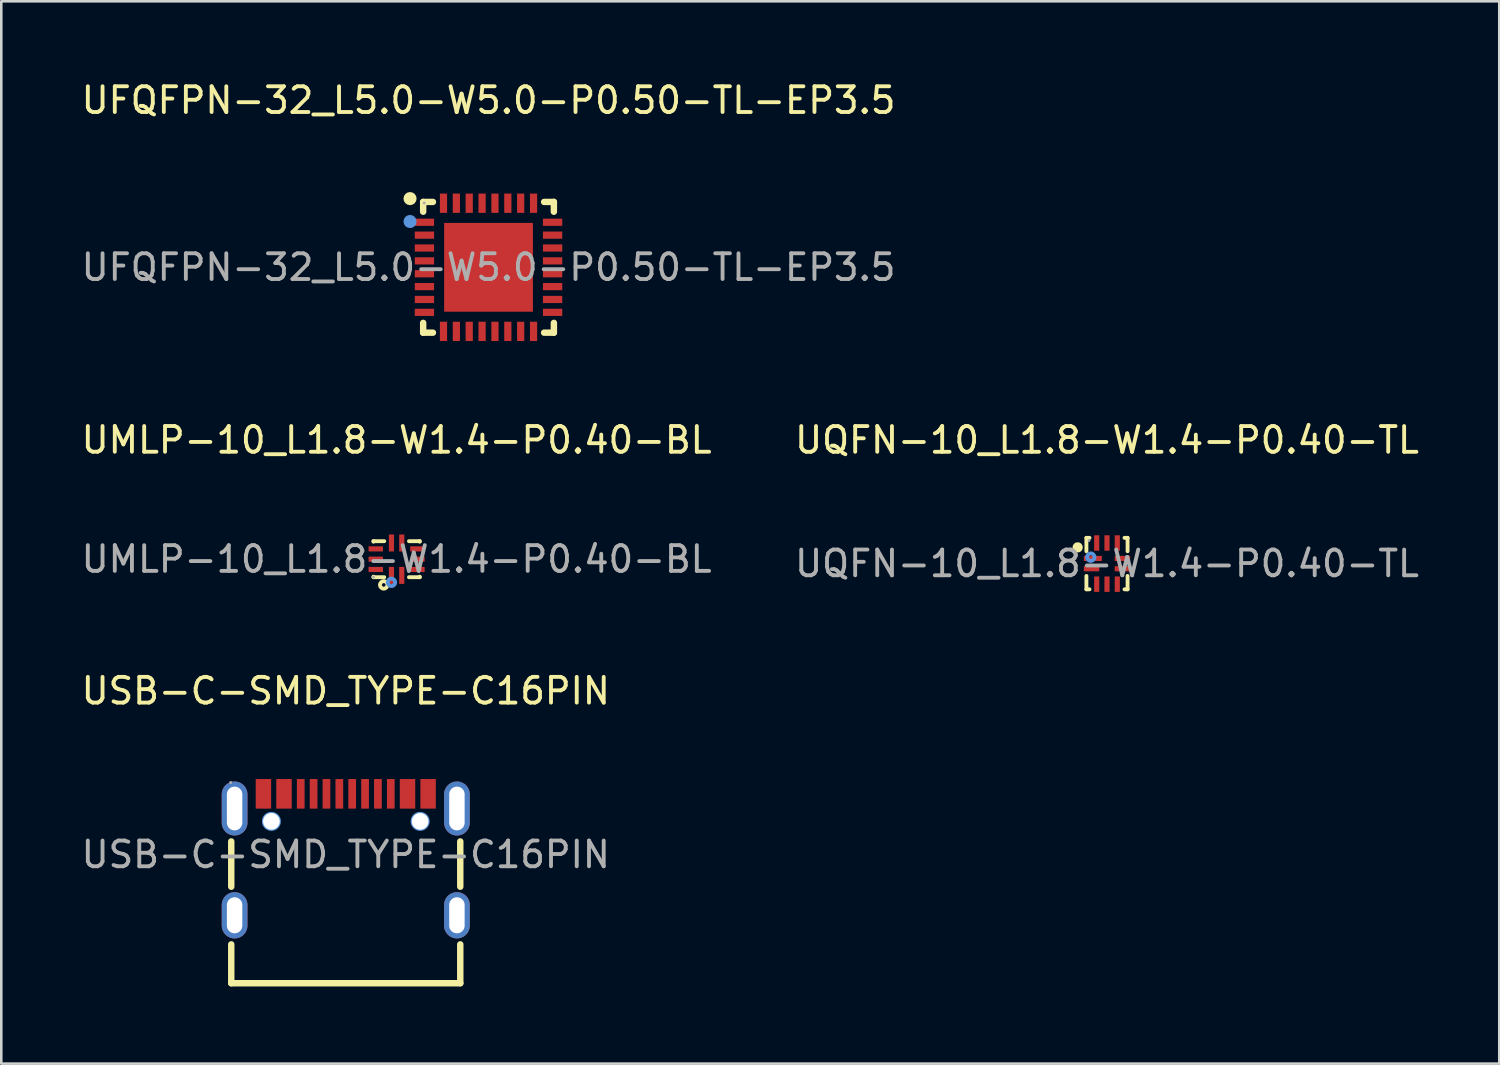
<source format=kicad_pcb>
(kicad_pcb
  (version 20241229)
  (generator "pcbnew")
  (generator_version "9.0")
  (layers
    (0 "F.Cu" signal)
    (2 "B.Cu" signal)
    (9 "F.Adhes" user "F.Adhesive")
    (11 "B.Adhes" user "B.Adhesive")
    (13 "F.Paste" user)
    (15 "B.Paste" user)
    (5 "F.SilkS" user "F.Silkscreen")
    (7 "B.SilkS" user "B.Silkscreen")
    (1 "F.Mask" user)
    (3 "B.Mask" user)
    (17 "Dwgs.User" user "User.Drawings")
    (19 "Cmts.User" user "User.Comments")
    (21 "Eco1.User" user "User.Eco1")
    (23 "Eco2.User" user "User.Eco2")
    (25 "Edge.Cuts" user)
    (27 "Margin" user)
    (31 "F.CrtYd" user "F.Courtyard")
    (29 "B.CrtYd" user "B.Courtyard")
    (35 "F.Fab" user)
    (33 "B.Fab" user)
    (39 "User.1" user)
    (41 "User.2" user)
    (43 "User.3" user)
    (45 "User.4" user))
  (footprint "UMLP-10_L1.8-W1.4-P0.40-BL"
    (layer "F.Cu")
    (at 12.363 18.681)
    (property "Reference" "UMLP-10_L1.8-W1.4-P0.40-BL" (at 0 -4.63 0) (layer "F.SilkS") (effects (font (size 1 1) (thickness 0.15))))
    (attr smd)
    (fp_line (start -0.9 -0.7) (end -0.9 -0.68) (stroke (width 0.15) (type solid)) (layer "F.SilkS"))
    (fp_line (start -0.9 0.68) (end -0.9 0.7) (stroke (width 0.15) (type solid)) (layer "F.SilkS"))
    (fp_line (start -0.9 0.7) (end -0.48 0.7) (stroke (width 0.15) (type solid)) (layer "F.SilkS"))
    (fp_line (start -0.48 -0.7) (end -0.9 -0.7) (stroke (width 0.15) (type solid)) (layer "F.SilkS"))
    (fp_line (start 0.48 0.7) (end 0.9 0.7) (stroke (width 0.15) (type solid)) (layer "F.SilkS"))
    (fp_line (start 0.9 -0.7) (end 0.48 -0.7) (stroke (width 0.15) (type solid)) (layer "F.SilkS"))
    (fp_line (start 0.9 -0.68) (end 0.9 -0.7) (stroke (width 0.15) (type solid)) (layer "F.SilkS"))
    (fp_line (start 0.9 0.7) (end 0.9 0.68) (stroke (width 0.15) (type solid)) (layer "F.SilkS"))
    (fp_circle (center -0.5 1) (end -0.43 1) (stroke (width 0.15) (type solid)) (fill no) (layer "F.SilkS"))
    (fp_circle (center -0.2 0.9) (end -0.13 0.9) (stroke (width 0.15) (type solid)) (fill no) (layer "Cmts.User"))
    (fp_circle (center -0.9 0.7) (end -0.87 0.7) (stroke (width 0.06) (type solid)) (fill no) (layer "F.Fab"))
    (fp_text user "${REFERENCE}" (at 0 0 0) (layer "F.Fab") (effects (font (size 1 1) (thickness 0.15))))
    (pad "1" smd rect (at -0.2 0.63) (size 0.2 0.66) (layers "F.Cu" "F.Mask" "F.Paste"))
    (pad "2" smd rect (at 0.2 0.63) (size 0.2 0.66) (layers "F.Cu" "F.Mask" "F.Paste"))
    (pad "3" smd rect (at 0.81 0.4) (size 0.56 0.2) (layers "F.Cu" "F.Mask" "F.Paste"))
    (pad "4" smd rect (at 0.81 0) (size 0.56 0.2) (layers "F.Cu" "F.Mask" "F.Paste"))
    (pad "5" smd rect (at 0.81 -0.4) (size 0.56 0.2) (layers "F.Cu" "F.Mask" "F.Paste"))
    (pad "6" smd rect (at 0.2 -0.63) (size 0.2 0.66) (layers "F.Cu" "F.Mask" "F.Paste"))
    (pad "7" smd rect (at -0.2 -0.63) (size 0.2 0.66) (layers "F.Cu" "F.Mask" "F.Paste"))
    (pad "8" smd rect (at -0.81 -0.4) (size 0.56 0.2) (layers "F.Cu" "F.Mask" "F.Paste"))
    (pad "9" smd rect (at -0.81 0) (size 0.56 0.2) (layers "F.Cu" "F.Mask" "F.Paste"))
    (pad "10" smd rect (at -0.81 0.4) (size 0.56 0.2) (layers "F.Cu" "F.Mask" "F.Paste")))
  (footprint "UQFN-10_L1.8-W1.4-P0.40-TL"
    (layer "F.Cu")
    (at 39.97 18.852)
    (property "Reference" "UQFN-10_L1.8-W1.4-P0.40-TL" (at 0 -4.8 0) (layer "F.SilkS") (effects (font (size 1 1) (thickness 0.15))))
    (attr smd)
    (fp_line (start -0.8 -1) (end -0.68 -1) (stroke (width 0.15) (type solid)) (layer "F.SilkS"))
    (fp_line (start -0.8 -0.48) (end -0.8 -1) (stroke (width 0.15) (type solid)) (layer "F.SilkS"))
    (fp_line (start -0.8 1) (end -0.8 0.48) (stroke (width 0.15) (type solid)) (layer "F.SilkS"))
    (fp_line (start -0.68 1) (end -0.8 1) (stroke (width 0.15) (type solid)) (layer "F.SilkS"))
    (fp_line (start 0.68 -1) (end 0.8 -1) (stroke (width 0.15) (type solid)) (layer "F.SilkS"))
    (fp_line (start 0.8 -1) (end 0.8 -0.48) (stroke (width 0.15) (type solid)) (layer "F.SilkS"))
    (fp_line (start 0.8 0.48) (end 0.8 1) (stroke (width 0.15) (type solid)) (layer "F.SilkS"))
    (fp_line (start 0.8 1) (end 0.68 1) (stroke (width 0.15) (type solid)) (layer "F.SilkS"))
    (fp_circle (center -1.14 -0.63) (end -1.04 -0.63) (stroke (width 0.2) (type solid)) (fill no) (layer "F.SilkS"))
    (fp_circle (center -0.63 -0.25) (end -0.56 -0.25) (stroke (width 0.15) (type solid)) (fill no) (layer "Cmts.User"))
    (fp_circle (center -0.7 -0.9) (end -0.67 -0.9) (stroke (width 0.06) (type solid)) (fill no) (layer "F.Fab"))
    (fp_text user "${REFERENCE}" (at 0 0 0) (layer "F.Fab") (effects (font (size 1 1) (thickness 0.15))))
    (pad "1" smd rect (at -0.55 -0.2) (size 0.7 0.2) (layers "F.Cu" "F.Mask" "F.Paste"))
    (pad "2" smd rect (at -0.6 0.2) (size 0.6 0.2) (layers "F.Cu" "F.Mask" "F.Paste"))
    (pad "3" smd rect (at -0.4 0.8) (size 0.2 0.6) (layers "F.Cu" "F.Mask" "F.Paste"))
    (pad "4" smd rect (at 0 0.8) (size 0.2 0.6) (layers "F.Cu" "F.Mask" "F.Paste"))
    (pad "5" smd rect (at 0.4 0.8) (size 0.2 0.6) (layers "F.Cu" "F.Mask" "F.Paste"))
    (pad "6" smd rect (at 0.6 0.2) (size 0.6 0.2) (layers "F.Cu" "F.Mask" "F.Paste"))
    (pad "7" smd rect (at 0.6 -0.2) (size 0.6 0.2) (layers "F.Cu" "F.Mask" "F.Paste"))
    (pad "8" smd rect (at 0.4 -0.8) (size 0.2 0.6) (layers "F.Cu" "F.Mask" "F.Paste"))
    (pad "9" smd rect (at 0 -0.8) (size 0.2 0.6) (layers "F.Cu" "F.Mask" "F.Paste"))
    (pad "10" smd rect (at -0.4 -0.8) (size 0.2 0.6) (layers "F.Cu" "F.Mask" "F.Paste")))
  (footprint "USB-C-SMD_TYPE-C16PIN"
    (layer "F.Cu")
    (at 10.387 30.16)
    (property "Reference" "USB-C-SMD_TYPE-C16PIN" (at 0 -6.36 0) (layer "F.SilkS") (effects (font (size 1 1) (thickness 0.15))))
    (attr smd)
    (fp_line (start -4.45 -0.51) (end -4.45 1.25) (stroke (width 0.25) (type solid)) (layer "F.SilkS"))
    (fp_line (start -4.45 3.49) (end -4.45 5) (stroke (width 0.25) (type solid)) (layer "F.SilkS"))
    (fp_line (start -4.45 5) (end 4.45 5) (stroke (width 0.25) (type solid)) (layer "F.SilkS"))
    (fp_line (start 4.45 1.25) (end 4.45 -0.51) (stroke (width 0.25) (type solid)) (layer "F.SilkS"))
    (fp_line (start 4.45 5) (end 4.45 3.49) (stroke (width 0.25) (type solid)) (layer "F.SilkS"))
    (fp_circle (center -2.89 -1.29) (end -2.77 -1.29) (stroke (width 0.25) (type solid)) (fill no) (layer "Cmts.User"))
    (fp_circle (center 2.89 -1.29) (end 3.01 -1.29) (stroke (width 0.25) (type solid)) (fill no) (layer "Cmts.User"))
    (fp_circle (center -4.47 -2.8) (end -4.44 -2.8) (stroke (width 0.06) (type solid)) (fill no) (layer "F.Fab"))
    (fp_text user "${REFERENCE}" (at 0 0 0) (layer "F.Fab") (effects (font (size 1 1) (thickness 0.15))))
    (pad "" thru_hole circle (at -2.89 -1.29) (size 0.65 0.65) (drill 0.65) (layers "*.Cu" "*.Mask"))
    (pad "" thru_hole circle (at 2.89 -1.29) (size 0.65 0.65) (drill 0.65) (layers "*.Cu" "*.Mask"))
    (pad "1" thru_hole oval (at -4.32 -1.79) (size 1 2.1) (drill oval 0.6 1.7) (layers "*.Cu" "*.Mask"))
    (pad "2" thru_hole oval (at 4.32 -1.79) (size 1 2.1) (drill oval 0.6 1.7) (layers "*.Cu" "*.Mask"))
    (pad "3" thru_hole oval (at -4.32 2.36) (size 1 1.8) (drill oval 0.6 1.4) (layers "*.Cu" "*.Mask"))
    (pad "4" thru_hole oval (at 4.32 2.36) (size 1 1.8) (drill oval 0.6 1.4) (layers "*.Cu" "*.Mask"))
    (pad "A1B12" smd rect (at -3.2 -2.36) (size 0.6 1.15) (layers "F.Cu" "F.Mask" "F.Paste"))
    (pad "A4B9" smd rect (at -2.4 -2.36) (size 0.6 1.15) (layers "F.Cu" "F.Mask" "F.Paste"))
    (pad "A5" smd rect (at -1.25 -2.36) (size 0.3 1.15) (layers "F.Cu" "F.Mask" "F.Paste"))
    (pad "A6" smd rect (at -0.25 -2.36) (size 0.3 1.15) (layers "F.Cu" "F.Mask" "F.Paste"))
    (pad "A7" smd rect (at 0.25 -2.36) (size 0.3 1.15) (layers "F.Cu" "F.Mask" "F.Paste"))
    (pad "A8" smd rect (at 1.25 -2.36) (size 0.3 1.15) (layers "F.Cu" "F.Mask" "F.Paste"))
    (pad "B1A12" smd rect (at 3.2 -2.36) (size 0.6 1.15) (layers "F.Cu" "F.Mask" "F.Paste"))
    (pad "B4A9" smd rect (at 2.4 -2.36) (size 0.6 1.15) (layers "F.Cu" "F.Mask" "F.Paste"))
    (pad "B5" smd rect (at 1.75 -2.36) (size 0.3 1.15) (layers "F.Cu" "F.Mask" "F.Paste"))
    (pad "B6" smd rect (at 0.75 -2.36) (size 0.3 1.15) (layers "F.Cu" "F.Mask" "F.Paste"))
    (pad "B7" smd rect (at -0.75 -2.36) (size 0.3 1.15) (layers "F.Cu" "F.Mask" "F.Paste"))
    (pad "B8" smd rect (at -1.75 -2.36) (size 0.3 1.15) (layers "F.Cu" "F.Mask" "F.Paste")))
  (footprint "UFQFPN-32_L5.0-W5.0-P0.50-TL-EP3.5"
    (layer "F.Cu")
    (at 15.935 7.338)
    (property "Reference" "UFQFPN-32_L5.0-W5.0-P0.50-TL-EP3.5" (at 0 -6.49 0) (layer "F.SilkS") (effects (font (size 1 1) (thickness 0.15))))
    (attr smd)
    (fp_line (start -2.54 -2.54) (end -2.16 -2.54) (stroke (width 0.25) (type solid)) (layer "F.SilkS"))
    (fp_line (start -2.54 -2.16) (end -2.54 -2.54) (stroke (width 0.25) (type solid)) (layer "F.SilkS"))
    (fp_line (start -2.54 2.54) (end -2.54 2.16) (stroke (width 0.25) (type solid)) (layer "F.SilkS"))
    (fp_line (start -2.16 2.54) (end -2.54 2.54) (stroke (width 0.25) (type solid)) (layer "F.SilkS"))
    (fp_line (start 2.16 -2.54) (end 2.54 -2.54) (stroke (width 0.25) (type solid)) (layer "F.SilkS"))
    (fp_line (start 2.54 -2.54) (end 2.54 -2.16) (stroke (width 0.25) (type solid)) (layer "F.SilkS"))
    (fp_line (start 2.54 2.16) (end 2.54 2.54) (stroke (width 0.25) (type solid)) (layer "F.SilkS"))
    (fp_line (start 2.54 2.54) (end 2.16 2.54) (stroke (width 0.25) (type solid)) (layer "F.SilkS"))
    (fp_circle (center -3.05 -2.67) (end -2.92 -2.67) (stroke (width 0.25) (type solid)) (fill no) (layer "F.SilkS"))
    (fp_circle (center -3.05 -1.78) (end -2.92 -1.78) (stroke (width 0.25) (type solid)) (fill no) (layer "Cmts.User"))
    (fp_circle (center -2.5 -2.5) (end -2.47 -2.5) (stroke (width 0.06) (type solid)) (fill no) (layer "F.Fab"))
    (fp_text user "${REFERENCE}" (at 0 0 0) (layer "F.Fab") (effects (font (size 1 1) (thickness 0.15))))
    (pad "1" smd rect (at -2.49 -1.75) (size 0.75 0.28) (layers "F.Cu" "F.Mask" "F.Paste"))
    (pad "2" smd rect (at -2.49 -1.25) (size 0.75 0.28) (layers "F.Cu" "F.Mask" "F.Paste"))
    (pad "3" smd rect (at -2.49 -0.75) (size 0.75 0.28) (layers "F.Cu" "F.Mask" "F.Paste"))
    (pad "4" smd rect (at -2.49 -0.25) (size 0.75 0.28) (layers "F.Cu" "F.Mask" "F.Paste"))
    (pad "5" smd rect (at -2.49 0.25) (size 0.75 0.28) (layers "F.Cu" "F.Mask" "F.Paste"))
    (pad "6" smd rect (at -2.49 0.75) (size 0.75 0.28) (layers "F.Cu" "F.Mask" "F.Paste"))
    (pad "7" smd rect (at -2.49 1.25) (size 0.75 0.28) (layers "F.Cu" "F.Mask" "F.Paste"))
    (pad "8" smd rect (at -2.49 1.75) (size 0.75 0.28) (layers "F.Cu" "F.Mask" "F.Paste"))
    (pad "9" smd rect (at -1.75 2.49) (size 0.28 0.75) (layers "F.Cu" "F.Mask" "F.Paste"))
    (pad "10" smd rect (at -1.25 2.49) (size 0.28 0.75) (layers "F.Cu" "F.Mask" "F.Paste"))
    (pad "11" smd rect (at -0.75 2.49) (size 0.28 0.75) (layers "F.Cu" "F.Mask" "F.Paste"))
    (pad "12" smd rect (at -0.25 2.49) (size 0.28 0.75) (layers "F.Cu" "F.Mask" "F.Paste"))
    (pad "13" smd rect (at 0.25 2.49) (size 0.28 0.75) (layers "F.Cu" "F.Mask" "F.Paste"))
    (pad "14" smd rect (at 0.75 2.49) (size 0.28 0.75) (layers "F.Cu" "F.Mask" "F.Paste"))
    (pad "15" smd rect (at 1.25 2.49) (size 0.28 0.75) (layers "F.Cu" "F.Mask" "F.Paste"))
    (pad "16" smd rect (at 1.75 2.49) (size 0.28 0.75) (layers "F.Cu" "F.Mask" "F.Paste"))
    (pad "17" smd rect (at 2.49 1.75) (size 0.75 0.28) (layers "F.Cu" "F.Mask" "F.Paste"))
    (pad "18" smd rect (at 2.49 1.25) (size 0.75 0.28) (layers "F.Cu" "F.Mask" "F.Paste"))
    (pad "19" smd rect (at 2.49 0.75) (size 0.75 0.28) (layers "F.Cu" "F.Mask" "F.Paste"))
    (pad "20" smd rect (at 2.49 0.25) (size 0.75 0.28) (layers "F.Cu" "F.Mask" "F.Paste"))
    (pad "21" smd rect (at 2.49 -0.25) (size 0.75 0.28) (layers "F.Cu" "F.Mask" "F.Paste"))
    (pad "22" smd rect (at 2.49 -0.75) (size 0.75 0.28) (layers "F.Cu" "F.Mask" "F.Paste"))
    (pad "23" smd rect (at 2.49 -1.25) (size 0.75 0.28) (layers "F.Cu" "F.Mask" "F.Paste"))
    (pad "24" smd rect (at 2.49 -1.75) (size 0.75 0.28) (layers "F.Cu" "F.Mask" "F.Paste"))
    (pad "25" smd rect (at 1.75 -2.49) (size 0.28 0.75) (layers "F.Cu" "F.Mask" "F.Paste"))
    (pad "26" smd rect (at 1.25 -2.49) (size 0.28 0.75) (layers "F.Cu" "F.Mask" "F.Paste"))
    (pad "27" smd rect (at 0.75 -2.49) (size 0.28 0.75) (layers "F.Cu" "F.Mask" "F.Paste"))
    (pad "28" smd rect (at 0.25 -2.49) (size 0.28 0.75) (layers "F.Cu" "F.Mask" "F.Paste"))
    (pad "29" smd rect (at -0.25 -2.49) (size 0.28 0.75) (layers "F.Cu" "F.Mask" "F.Paste"))
    (pad "30" smd rect (at -0.75 -2.49) (size 0.28 0.75) (layers "F.Cu" "F.Mask" "F.Paste"))
    (pad "31" smd rect (at -1.25 -2.49) (size 0.28 0.75) (layers "F.Cu" "F.Mask" "F.Paste"))
    (pad "32" smd rect (at -1.75 -2.49) (size 0.28 0.75) (layers "F.Cu" "F.Mask" "F.Paste"))
    (pad "33" smd rect (at 0 0) (size 3.45 3.45) (layers "F.Cu" "F.Mask" "F.Paste")))
  (gr_rect
    (start -3 -3)
    (end 55.214 38.285)
    (stroke (width 0.1) (type default))
    (fill no)
    (layer "Edge.Cuts")))
</source>
